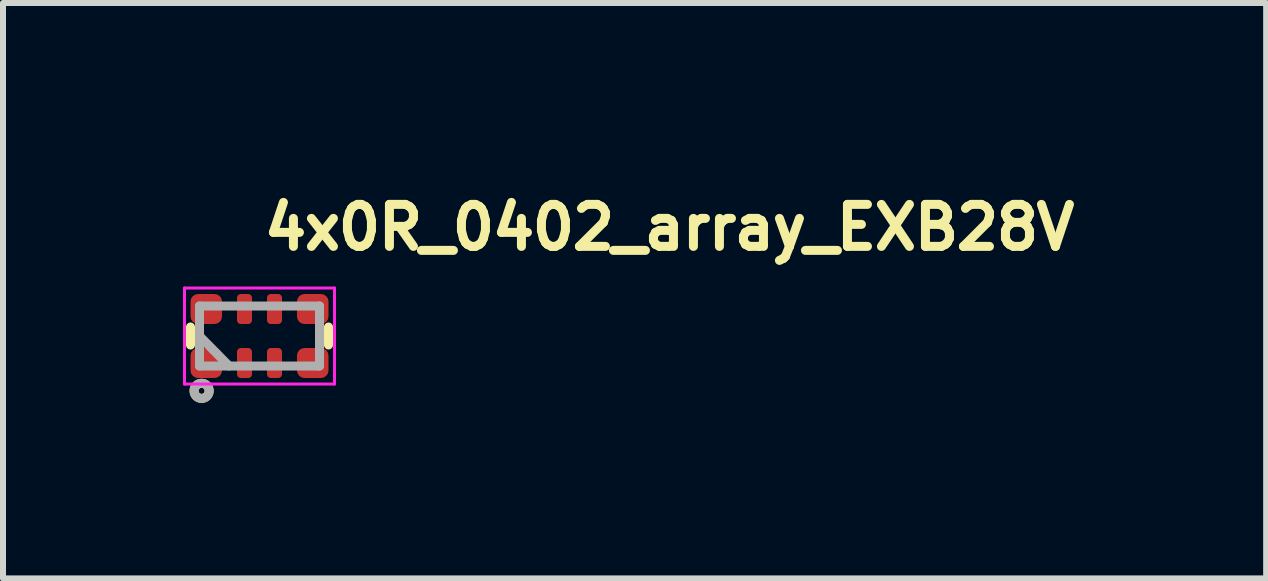
<source format=kicad_pcb>
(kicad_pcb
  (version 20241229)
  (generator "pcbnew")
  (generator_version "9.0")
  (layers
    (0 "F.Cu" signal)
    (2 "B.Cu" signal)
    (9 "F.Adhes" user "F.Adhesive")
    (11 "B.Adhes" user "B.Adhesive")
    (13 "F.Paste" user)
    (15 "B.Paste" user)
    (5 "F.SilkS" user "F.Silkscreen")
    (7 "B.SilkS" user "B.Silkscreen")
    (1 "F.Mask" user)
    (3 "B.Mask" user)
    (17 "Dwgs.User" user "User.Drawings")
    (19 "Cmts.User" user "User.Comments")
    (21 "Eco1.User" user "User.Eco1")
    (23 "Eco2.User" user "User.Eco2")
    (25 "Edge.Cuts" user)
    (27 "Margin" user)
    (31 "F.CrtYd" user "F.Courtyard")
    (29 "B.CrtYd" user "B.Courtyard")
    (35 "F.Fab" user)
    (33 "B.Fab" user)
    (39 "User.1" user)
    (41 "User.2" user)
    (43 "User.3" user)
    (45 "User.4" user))
  (footprint "4x0R_0402_array_EXB28V"
    (layer "F.Cu")
    (at 1.275 2.55)
    (property "Reference" "4x0R_0402_array_EXB28V" (at 0 -1.4 0) (layer "F.SilkS") (effects (font (size 0.7 0.7) (thickness 0.15)) (justify left bottom)))
    (attr smd)
    (fp_line (start -1.15 -0.15) (end -1.15 0.15) (stroke (width 0.15) (type solid)) (layer "F.SilkS"))
    (fp_line (start 1.15 0.15) (end 1.15 -0.15) (stroke (width 0.15) (type solid)) (layer "F.SilkS"))
    (fp_circle (center -0.965 0.914) (end -0.914 0.914) (stroke (width 0.15) (type solid)) (fill no) (layer "F.SilkS"))
    (fp_line (start -1.25 -0.8) (end -1.25 0.8) (stroke (width 0.05) (type solid)) (layer "F.CrtYd"))
    (fp_line (start -1.25 0.8) (end 1.25 0.8) (stroke (width 0.05) (type solid)) (layer "F.CrtYd"))
    (fp_line (start 1.25 -0.8) (end -1.25 -0.8) (stroke (width 0.05) (type solid)) (layer "F.CrtYd"))
    (fp_line (start 1.25 0.8) (end 1.25 -0.8) (stroke (width 0.05) (type solid)) (layer "F.CrtYd"))
    (fp_line (start -1 -0.5) (end 1 -0.5) (stroke (width 0.15) (type solid)) (layer "F.Fab"))
    (fp_line (start -1 0) (end -0.508 0.5) (stroke (width 0.15) (type solid)) (layer "F.Fab"))
    (fp_line (start -1 0.5) (end -1 -0.5) (stroke (width 0.15) (type solid)) (layer "F.Fab"))
    (fp_line (start 1 -0.5) (end 1 0.5) (stroke (width 0.15) (type solid)) (layer "F.Fab"))
    (fp_line (start 1 0.5) (end -1 0.5) (stroke (width 0.15) (type solid)) (layer "F.Fab"))
    (fp_circle (center -0.965 0.914) (end -0.914 0.914) (stroke (width 0.15) (type solid)) (fill no) (layer "F.Fab"))
    (fp_rect (start -1 -0.5) (end 1 0.5) (stroke (width 0.15) (type solid)) (fill no) (layer "User.5"))
    (fp_line (start -1 -0.5) (end -1 -0.295) (stroke (width 0.01) (type solid)) (layer "User.9"))
    (fp_line (start -1 -0.295) (end -1 -0.2) (stroke (width 0.01) (type solid)) (layer "User.9"))
    (fp_line (start -1 0.2) (end -1 0.295) (stroke (width 0.01) (type solid)) (layer "User.9"))
    (fp_line (start -1 0.295) (end -1 0.5) (stroke (width 0.01) (type solid)) (layer "User.9"))
    (fp_line (start -0.995 -0.295) (end -0.995 0.295) (stroke (width 0.01) (type solid)) (layer "User.9"))
    (fp_line (start -0.995 -0.2) (end -1 -0.2) (stroke (width 0.01) (type solid)) (layer "User.9"))
    (fp_line (start -0.995 0.2) (end -1 0.2) (stroke (width 0.01) (type solid)) (layer "User.9"))
    (fp_line (start -0.99 -0.295) (end -1 -0.295) (stroke (width 0.01) (type solid)) (layer "User.9"))
    (fp_line (start -0.99 -0.295) (end -0.99 0.295) (stroke (width 0.01) (type solid)) (layer "User.9"))
    (fp_line (start -0.99 0.295) (end -1 0.295) (stroke (width 0.01) (type solid)) (layer "User.9"))
    (fp_line (start -0.99 0.295) (end -0.6 0.295) (stroke (width 0.01) (type solid)) (layer "User.9"))
    (fp_line (start -0.982 -0.287) (end -0.99 -0.295) (stroke (width 0.01) (type solid)) (layer "User.9"))
    (fp_line (start -0.982 -0.287) (end -0.982 0.287) (stroke (width 0.01) (type solid)) (layer "User.9"))
    (fp_line (start -0.982 0.287) (end -0.99 0.295) (stroke (width 0.01) (type solid)) (layer "User.9"))
    (fp_line (start -0.982 0.287) (end 0.982 0.287) (stroke (width 0.01) (type solid)) (layer "User.9"))
    (fp_line (start -0.6 -0.5) (end -1 -0.5) (stroke (width 0.01) (type solid)) (layer "User.9"))
    (fp_line (start -0.6 -0.5) (end -0.6 -0.295) (stroke (width 0.01) (type solid)) (layer "User.9"))
    (fp_line (start -0.6 -0.295) (end -0.99 -0.295) (stroke (width 0.01) (type solid)) (layer "User.9"))
    (fp_line (start -0.6 0.295) (end -0.6 0.5) (stroke (width 0.01) (type solid)) (layer "User.9"))
    (fp_line (start -0.6 0.295) (end -0.4 0.295) (stroke (width 0.01) (type solid)) (layer "User.9"))
    (fp_line (start -0.6 0.3) (end -0.4 0.3) (stroke (width 0.01) (type solid)) (layer "User.9"))
    (fp_line (start -0.6 0.5) (end -1 0.5) (stroke (width 0.01) (type solid)) (layer "User.9"))
    (fp_line (start -0.4 -0.5) (end -0.4 -0.295) (stroke (width 0.01) (type solid)) (layer "User.9"))
    (fp_line (start -0.4 -0.3) (end -0.6 -0.3) (stroke (width 0.01) (type solid)) (layer "User.9"))
    (fp_line (start -0.4 -0.295) (end -0.6 -0.295) (stroke (width 0.01) (type solid)) (layer "User.9"))
    (fp_line (start -0.4 0.295) (end -0.4 0.5) (stroke (width 0.01) (type solid)) (layer "User.9"))
    (fp_line (start -0.1 -0.5) (end -0.4 -0.5) (stroke (width 0.01) (type solid)) (layer "User.9"))
    (fp_line (start -0.1 -0.5) (end -0.1 -0.295) (stroke (width 0.01) (type solid)) (layer "User.9"))
    (fp_line (start -0.1 -0.295) (end -0.4 -0.295) (stroke (width 0.01) (type solid)) (layer "User.9"))
    (fp_line (start -0.1 0.295) (end -0.4 0.295) (stroke (width 0.01) (type solid)) (layer "User.9"))
    (fp_line (start -0.1 0.295) (end -0.1 0.5) (stroke (width 0.01) (type solid)) (layer "User.9"))
    (fp_line (start -0.1 0.295) (end 0.1 0.295) (stroke (width 0.01) (type solid)) (layer "User.9"))
    (fp_line (start -0.1 0.3) (end 0.1 0.3) (stroke (width 0.01) (type solid)) (layer "User.9"))
    (fp_line (start -0.1 0.5) (end -0.4 0.5) (stroke (width 0.01) (type solid)) (layer "User.9"))
    (fp_line (start 0.1 -0.5) (end 0.1 -0.295) (stroke (width 0.01) (type solid)) (layer "User.9"))
    (fp_line (start 0.1 -0.3) (end -0.1 -0.3) (stroke (width 0.01) (type solid)) (layer "User.9"))
    (fp_line (start 0.1 -0.295) (end -0.1 -0.295) (stroke (width 0.01) (type solid)) (layer "User.9"))
    (fp_line (start 0.1 0.295) (end 0.1 0.5) (stroke (width 0.01) (type solid)) (layer "User.9"))
    (fp_line (start 0.4 -0.5) (end 0.1 -0.5) (stroke (width 0.01) (type solid)) (layer "User.9"))
    (fp_line (start 0.4 -0.5) (end 0.4 -0.295) (stroke (width 0.01) (type solid)) (layer "User.9"))
    (fp_line (start 0.4 -0.295) (end 0.1 -0.295) (stroke (width 0.01) (type solid)) (layer "User.9"))
    (fp_line (start 0.4 0.295) (end 0.1 0.295) (stroke (width 0.01) (type solid)) (layer "User.9"))
    (fp_line (start 0.4 0.295) (end 0.4 0.5) (stroke (width 0.01) (type solid)) (layer "User.9"))
    (fp_line (start 0.4 0.295) (end 0.6 0.295) (stroke (width 0.01) (type solid)) (layer "User.9"))
    (fp_line (start 0.4 0.3) (end 0.6 0.3) (stroke (width 0.01) (type solid)) (layer "User.9"))
    (fp_line (start 0.4 0.5) (end 0.1 0.5) (stroke (width 0.01) (type solid)) (layer "User.9"))
    (fp_line (start 0.6 -0.5) (end 0.6 -0.295) (stroke (width 0.01) (type solid)) (layer "User.9"))
    (fp_line (start 0.6 -0.5) (end 1 -0.5) (stroke (width 0.01) (type solid)) (layer "User.9"))
    (fp_line (start 0.6 -0.3) (end 0.4 -0.3) (stroke (width 0.01) (type solid)) (layer "User.9"))
    (fp_line (start 0.6 -0.295) (end 0.4 -0.295) (stroke (width 0.01) (type solid)) (layer "User.9"))
    (fp_line (start 0.6 0.295) (end 0.6 0.5) (stroke (width 0.01) (type solid)) (layer "User.9"))
    (fp_line (start 0.6 0.295) (end 0.99 0.295) (stroke (width 0.01) (type solid)) (layer "User.9"))
    (fp_line (start 0.6 0.5) (end 1 0.5) (stroke (width 0.01) (type solid)) (layer "User.9"))
    (fp_line (start 0.982 -0.287) (end -0.982 -0.287) (stroke (width 0.01) (type solid)) (layer "User.9"))
    (fp_line (start 0.982 -0.287) (end 0.99 -0.295) (stroke (width 0.01) (type solid)) (layer "User.9"))
    (fp_line (start 0.982 0.287) (end 0.982 -0.287) (stroke (width 0.01) (type solid)) (layer "User.9"))
    (fp_line (start 0.982 0.287) (end 0.99 0.295) (stroke (width 0.01) (type solid)) (layer "User.9"))
    (fp_line (start 0.99 -0.295) (end 0.6 -0.295) (stroke (width 0.01) (type solid)) (layer "User.9"))
    (fp_line (start 0.99 -0.295) (end 1 -0.295) (stroke (width 0.01) (type solid)) (layer "User.9"))
    (fp_line (start 0.99 0.295) (end 0.99 -0.295) (stroke (width 0.01) (type solid)) (layer "User.9"))
    (fp_line (start 0.99 0.295) (end 1 0.295) (stroke (width 0.01) (type solid)) (layer "User.9"))
    (fp_line (start 0.995 -0.2) (end 1 -0.2) (stroke (width 0.01) (type solid)) (layer "User.9"))
    (fp_line (start 0.995 0.2) (end 1 0.2) (stroke (width 0.01) (type solid)) (layer "User.9"))
    (fp_line (start 0.995 0.295) (end 0.995 -0.295) (stroke (width 0.01) (type solid)) (layer "User.9"))
    (fp_line (start 1 -0.5) (end 1 -0.295) (stroke (width 0.01) (type solid)) (layer "User.9"))
    (fp_line (start 1 -0.295) (end 1 -0.2) (stroke (width 0.01) (type solid)) (layer "User.9"))
    (fp_line (start 1 0.2) (end 1 0.295) (stroke (width 0.01) (type solid)) (layer "User.9"))
    (fp_line (start 1 0.295) (end 1 0.5) (stroke (width 0.01) (type solid)) (layer "User.9"))
    (pad "1" smd roundrect (at -0.887 0.45) (size 0.525 0.5) (layers "F.Cu" "F.Mask" "F.Paste") (roundrect_rratio 0.25))
    (pad "2" smd roundrect (at -0.25 0.45) (size 0.25 0.5) (layers "F.Cu" "F.Mask" "F.Paste") (roundrect_rratio 0.25))
    (pad "3" smd roundrect (at 0.25 0.45) (size 0.25 0.5) (layers "F.Cu" "F.Mask" "F.Paste") (roundrect_rratio 0.25))
    (pad "4" smd roundrect (at 0.887 0.45) (size 0.525 0.5) (layers "F.Cu" "F.Mask" "F.Paste") (roundrect_rratio 0.25))
    (pad "5" smd roundrect (at 0.887 -0.45) (size 0.525 0.5) (layers "F.Cu" "F.Mask" "F.Paste") (roundrect_rratio 0.25))
    (pad "6" smd roundrect (at 0.25 -0.45) (size 0.25 0.5) (layers "F.Cu" "F.Mask" "F.Paste") (roundrect_rratio 0.25))
    (pad "7" smd roundrect (at -0.25 -0.45) (size 0.25 0.5) (layers "F.Cu" "F.Mask" "F.Paste") (roundrect_rratio 0.25))
    (pad "8" smd roundrect (at -0.887 -0.45) (size 0.525 0.5) (layers "F.Cu" "F.Mask" "F.Paste") (roundrect_rratio 0.25)))
  (gr_rect
    (start -3 -3)
    (end 18.052 6.59)
    (stroke (width 0.1) (type default))
    (fill no)
    (layer "Edge.Cuts")))
</source>
